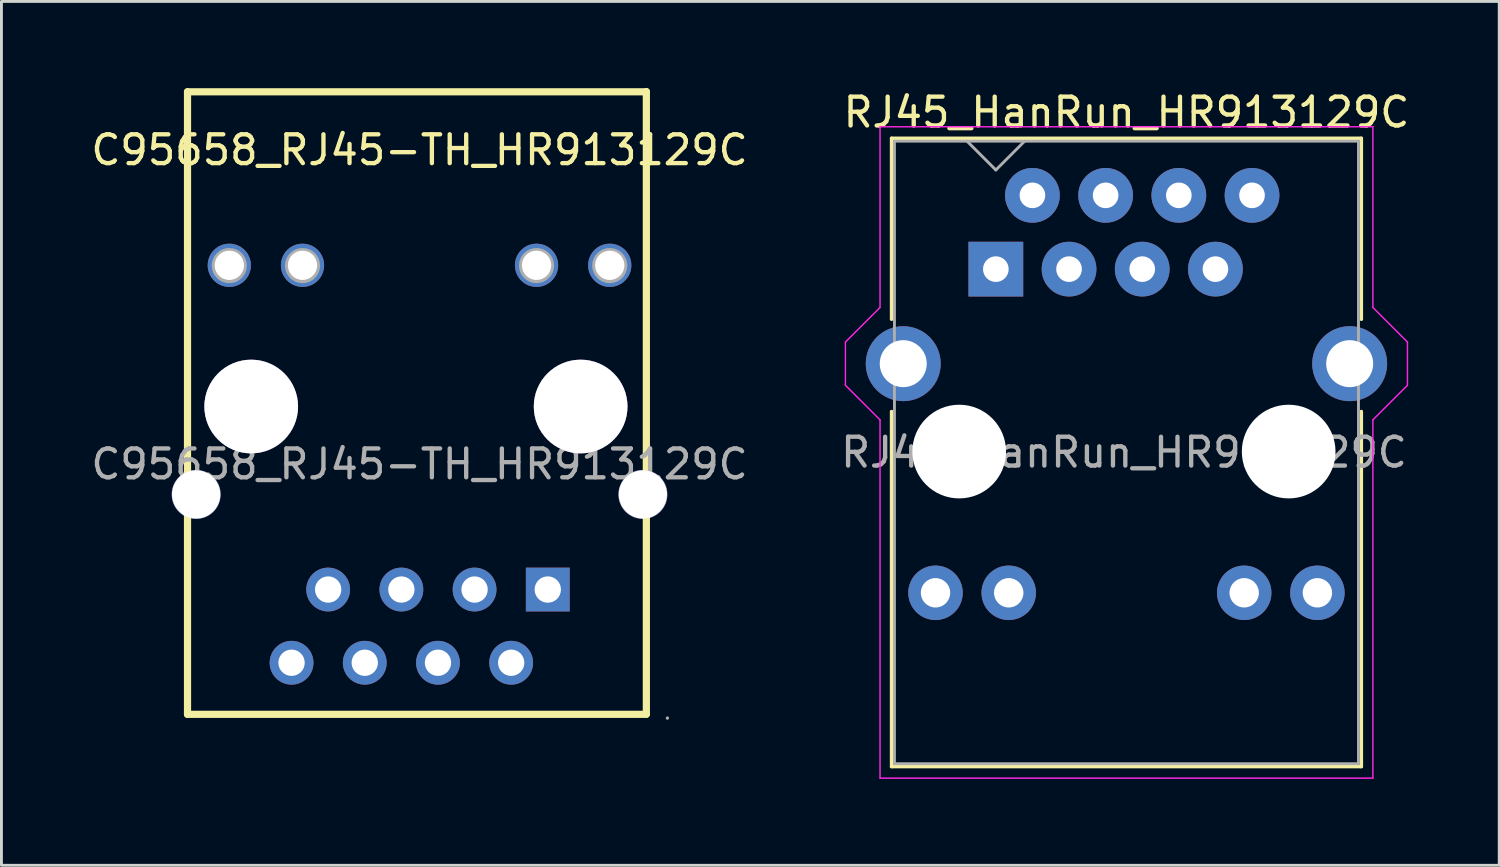
<source format=kicad_pcb>
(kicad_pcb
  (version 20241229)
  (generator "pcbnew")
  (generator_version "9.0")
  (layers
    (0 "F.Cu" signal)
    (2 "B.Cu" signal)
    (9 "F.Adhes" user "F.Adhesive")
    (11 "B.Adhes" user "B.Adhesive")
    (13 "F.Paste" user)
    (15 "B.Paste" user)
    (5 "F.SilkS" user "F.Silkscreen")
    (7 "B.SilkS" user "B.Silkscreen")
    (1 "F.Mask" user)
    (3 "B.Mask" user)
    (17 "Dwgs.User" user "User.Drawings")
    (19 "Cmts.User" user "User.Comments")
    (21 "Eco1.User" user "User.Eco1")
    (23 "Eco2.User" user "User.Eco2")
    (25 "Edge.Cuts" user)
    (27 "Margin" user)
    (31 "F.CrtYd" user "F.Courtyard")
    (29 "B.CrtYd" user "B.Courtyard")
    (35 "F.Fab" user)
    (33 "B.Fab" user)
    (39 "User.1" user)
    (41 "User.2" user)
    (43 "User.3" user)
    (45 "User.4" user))
  (footprint "RJ45_HanRun_HR913129C"
    (layer "F.Cu")
    (at 36.034 12.498)
    (property "Reference" "RJ45_HanRun_HR913129C" (at 0 -11.65 0) (layer "F.SilkS") (effects (font (size 1 1) (thickness 0.15))))
    (attr through_hole)
    (fp_line (start -8.15 -10.75) (end 8.15 -10.75) (stroke (width 0.12) (type solid)) (layer "F.SilkS"))
    (fp_line (start -8.15 -4.47) (end -8.15 -10.75) (stroke (width 0.12) (type solid)) (layer "F.SilkS"))
    (fp_line (start -8.15 11.05) (end -8.15 -1.27) (stroke (width 0.12) (type solid)) (layer "F.SilkS"))
    (fp_line (start 8.15 -10.75) (end 8.15 -4.47) (stroke (width 0.12) (type solid)) (layer "F.SilkS"))
    (fp_line (start 8.15 -1.27) (end 8.15 11.05) (stroke (width 0.12) (type solid)) (layer "F.SilkS"))
    (fp_line (start 8.15 11.05) (end -8.15 11.05) (stroke (width 0.12) (type solid)) (layer "F.SilkS"))
    (fp_line (start -9.751 -3.68) (end -9.751 -2.18) (stroke (width 0.05) (type solid)) (layer "F.CrtYd"))
    (fp_line (start -9.751 -2.18) (end -8.55 -0.98) (stroke (width 0.05) (type default)) (layer "F.CrtYd"))
    (fp_line (start -8.55 -11.15) (end -8.55 -4.88) (stroke (width 0.05) (type solid)) (layer "F.CrtYd"))
    (fp_line (start -8.55 -4.88) (end -9.751 -3.68) (stroke (width 0.05) (type default)) (layer "F.CrtYd"))
    (fp_line (start -8.55 -0.98) (end -8.55 11.45) (stroke (width 0.05) (type solid)) (layer "F.CrtYd"))
    (fp_line (start -8.55 11.45) (end 8.55 11.45) (stroke (width 0.05) (type solid)) (layer "F.CrtYd"))
    (fp_line (start 8.55 -11.15) (end -8.55 -11.15) (stroke (width 0.05) (type solid)) (layer "F.CrtYd"))
    (fp_line (start 8.55 -11.15) (end 8.55 -4.88) (stroke (width 0.05) (type solid)) (layer "F.CrtYd"))
    (fp_line (start 8.55 -4.88) (end 9.749 -3.68) (stroke (width 0.05) (type default)) (layer "F.CrtYd"))
    (fp_line (start 8.55 -0.98) (end 8.55 11.45) (stroke (width 0.05) (type solid)) (layer "F.CrtYd"))
    (fp_line (start 9.749 -3.68) (end 9.749 -2.18) (stroke (width 0.05) (type solid)) (layer "F.CrtYd"))
    (fp_line (start 9.749 -2.18) (end 8.55 -0.98) (stroke (width 0.05) (type default)) (layer "F.CrtYd"))
    (fp_line (start -8.05 -10.65) (end 8.05 -10.65) (stroke (width 0.1) (type solid)) (layer "F.Fab"))
    (fp_line (start -8.05 10.95) (end -8.05 -10.65) (stroke (width 0.1) (type solid)) (layer "F.Fab"))
    (fp_line (start -4.532 -9.65) (end -5.532 -10.65) (stroke (width 0.1) (type default)) (layer "F.Fab"))
    (fp_line (start -4.532 -9.65) (end -3.533 -10.65) (stroke (width 0.1) (type default)) (layer "F.Fab"))
    (fp_line (start 8.05 -10.65) (end 8.05 10.95) (stroke (width 0.1) (type solid)) (layer "F.Fab"))
    (fp_line (start 8.05 10.95) (end -8.05 10.95) (stroke (width 0.1) (type solid)) (layer "F.Fab"))
    (fp_text user "${REFERENCE}" (at -0.087 0.15 0) (layer "F.Fab") (effects (font (size 1 1) (thickness 0.15))))
    (pad "" np_thru_hole circle (at -5.803 0.12) (size 3.25 3.25) (drill 3.25) (layers "*.Cu" "*.Mask"))
    (pad "" np_thru_hole circle (at 5.628 0.12) (size 3.25 3.25) (drill 3.25) (layers "*.Cu" "*.Mask"))
    (pad "L1" thru_hole circle (at 6.625 5.02 90) (size 1.89 1.89) (drill 1.02) (layers "*.Cu" "*.Mask"))
    (pad "L2" thru_hole circle (at 4.085 5.02) (size 1.89 1.89) (drill 1.02) (layers "*.Cu" "*.Mask"))
    (pad "L3" thru_hole circle (at -4.085 5.02) (size 1.89 1.89) (drill 1.02) (layers "*.Cu" "*.Mask"))
    (pad "L4" thru_hole circle (at -6.625 5.02) (size 1.89 1.89) (drill 1.02) (layers "*.Cu" "*.Mask"))
    (pad "R1" thru_hole rect (at -4.532 -6.21) (size 1.9 1.9) (drill 0.89) (layers "*.Cu" "*.Mask"))
    (pad "R2" thru_hole circle (at -3.263 -8.77) (size 1.9 1.9) (drill 0.89) (layers "*.Cu" "*.Mask"))
    (pad "R3" thru_hole circle (at -1.992 -6.21) (size 1.9 1.9) (drill 0.89) (layers "*.Cu" "*.Mask"))
    (pad "R4" thru_hole circle (at -0.723 -8.77) (size 1.9 1.9) (drill 0.89) (layers "*.Cu" "*.Mask"))
    (pad "R5" thru_hole circle (at 0.547 -6.21) (size 1.9 1.9) (drill 0.89) (layers "*.Cu" "*.Mask"))
    (pad "R6" thru_hole circle (at 1.817 -8.77) (size 1.9 1.9) (drill 0.89) (layers "*.Cu" "*.Mask"))
    (pad "R7" thru_hole circle (at 3.087 -6.21) (size 1.9 1.9) (drill 0.89) (layers "*.Cu" "*.Mask"))
    (pad "R8" thru_hole circle (at 4.357 -8.77) (size 1.9 1.9) (drill 0.89) (layers "*.Cu" "*.Mask"))
    (pad "SH" thru_hole circle (at -7.745 -2.93) (size 2.6 2.6) (drill 1.63) (layers "*.Cu" "*.Mask"))
    (pad "SH" thru_hole circle (at 7.745 -2.93) (size 2.6 2.6) (drill 1.63) (layers "*.Cu" "*.Mask")))
  (footprint "C95658_RJ45-TH_HR913129C"
    (layer "F.Cu")
    (at 11.506 13.055)
    (property "Reference" "C95658_RJ45-TH_HR913129C" (at 0 -10.9 0) (layer "F.SilkS") (effects (font (size 1 1) (thickness 0.15))))
    (attr through_hole)
    (fp_line (start -8.05 -12.92) (end -8.05 8.68) (stroke (width 0.25) (type solid)) (layer "F.SilkS"))
    (fp_line (start -8.05 -12.92) (end 7.87 -12.92) (stroke (width 0.25) (type solid)) (layer "F.SilkS"))
    (fp_line (start -8.05 8.68) (end 7.87 8.68) (stroke (width 0.25) (type solid)) (layer "F.SilkS"))
    (fp_line (start 7.87 -12.93) (end 7.87 8.67) (stroke (width 0.25) (type solid)) (layer "F.SilkS"))
    (fp_circle (center -7.75 1.05) (end -7.38 1.05) (stroke (width 0.74) (type solid)) (fill no) (layer "F.Fab"))
    (fp_circle (center -6.6 -6.89) (end -6.4 -6.89) (stroke (width 0.41) (type solid)) (fill no) (layer "F.Fab"))
    (fp_circle (center -5.84 -2) (end -5.08 -2) (stroke (width 1.52) (type solid)) (fill no) (layer "F.Fab"))
    (fp_circle (center -4.44 6.89) (end -4.26 6.89) (stroke (width 0.36) (type solid)) (fill no) (layer "F.Fab"))
    (fp_circle (center -4.06 -6.89) (end -3.86 -6.89) (stroke (width 0.41) (type solid)) (fill no) (layer "F.Fab"))
    (fp_circle (center -3.17 4.35) (end -2.99 4.35) (stroke (width 0.36) (type solid)) (fill no) (layer "F.Fab"))
    (fp_circle (center -1.9 6.89) (end -1.72 6.89) (stroke (width 0.36) (type solid)) (fill no) (layer "F.Fab"))
    (fp_circle (center -0.63 4.35) (end -0.45 4.35) (stroke (width 0.36) (type solid)) (fill no) (layer "F.Fab"))
    (fp_circle (center 0.64 6.89) (end 0.82 6.89) (stroke (width 0.36) (type solid)) (fill no) (layer "F.Fab"))
    (fp_circle (center 1.91 4.35) (end 2.09 4.35) (stroke (width 0.36) (type solid)) (fill no) (layer "F.Fab"))
    (fp_circle (center 3.18 6.89) (end 3.36 6.89) (stroke (width 0.36) (type solid)) (fill no) (layer "F.Fab"))
    (fp_circle (center 4.06 -6.89) (end 4.26 -6.89) (stroke (width 0.41) (type solid)) (fill no) (layer "F.Fab"))
    (fp_circle (center 4.45 4.35) (end 4.63 4.35) (stroke (width 0.36) (type solid)) (fill no) (layer "F.Fab"))
    (fp_circle (center 5.59 -2) (end 6.35 -2) (stroke (width 1.52) (type solid)) (fill no) (layer "F.Fab"))
    (fp_circle (center 6.6 -6.89) (end 6.8 -6.89) (stroke (width 0.41) (type solid)) (fill no) (layer "F.Fab"))
    (fp_circle (center 7.75 1.05) (end 8.12 1.05) (stroke (width 0.74) (type solid)) (fill no) (layer "F.Fab"))
    (fp_circle (center 8.6 8.81) (end 8.63 8.81) (stroke (width 0.06) (type solid)) (fill no) (layer "F.Fab"))
    (fp_text user "${REFERENCE}" (at 0 0 0) (layer "F.Fab") (effects (font (size 1 1) (thickness 0.15))))
    (pad "" thru_hole circle (at -5.84 -2) (size 3.25 3.25) (drill 3.25) (layers "*.Cu" "*.Mask"))
    (pad "" thru_hole circle (at 5.59 -2) (size 3.25 3.25) (drill 3.25) (layers "*.Cu" "*.Mask"))
    (pad "1" thru_hole rect (at 4.45 4.35 90) (size 1.52 1.52) (drill 0.914) (layers "*.Cu" "*.Mask"))
    (pad "2" thru_hole circle (at 3.18 6.89 90) (size 1.52 1.52) (drill 0.914) (layers "*.Cu" "*.Mask"))
    (pad "3" thru_hole circle (at 1.91 4.35 90) (size 1.52 1.52) (drill 0.914) (layers "*.Cu" "*.Mask"))
    (pad "4" thru_hole circle (at 0.64 6.89 90) (size 1.52 1.52) (drill 0.914) (layers "*.Cu" "*.Mask"))
    (pad "5" thru_hole circle (at -0.63 4.35 90) (size 1.52 1.52) (drill 0.914) (layers "*.Cu" "*.Mask"))
    (pad "6" thru_hole circle (at -1.9 6.89 90) (size 1.52 1.52) (drill 0.914) (layers "*.Cu" "*.Mask"))
    (pad "7" thru_hole circle (at -3.17 4.35 90) (size 1.52 1.52) (drill 0.914) (layers "*.Cu" "*.Mask"))
    (pad "8" thru_hole circle (at -4.44 6.89 90) (size 1.52 1.52) (drill 0.914) (layers "*.Cu" "*.Mask"))
    (pad "9" thru_hole circle (at 6.6 -6.9 90) (size 1.5 1.5) (drill 1.016) (layers "*.Cu" "*.Mask"))
    (pad "10" thru_hole circle (at 4.06 -6.9 90) (size 1.5 1.5) (drill 1.016) (layers "*.Cu" "*.Mask"))
    (pad "11" thru_hole circle (at -4.06 -6.9 90) (size 1.5 1.5) (drill 1.016) (layers "*.Cu" "*.Mask"))
    (pad "12" thru_hole circle (at -6.6 -6.9 90) (size 1.5 1.5) (drill 1.016) (layers "*.Cu" "*.Mask"))
    (pad "13" thru_hole circle (at 7.75 1.05 90) (size 1.7 1.7) (drill 1.676) (layers "*.Cu" "*.Mask"))
    (pad "14" thru_hole circle (at -7.75 1.05 90) (size 1.7 1.7) (drill 1.676) (layers "*.Cu" "*.Mask")))
  (gr_rect
    (start -3 -3)
    (end 48.968 26.973)
    (stroke (width 0.1) (type default))
    (fill no)
    (layer "Edge.Cuts")))
</source>
